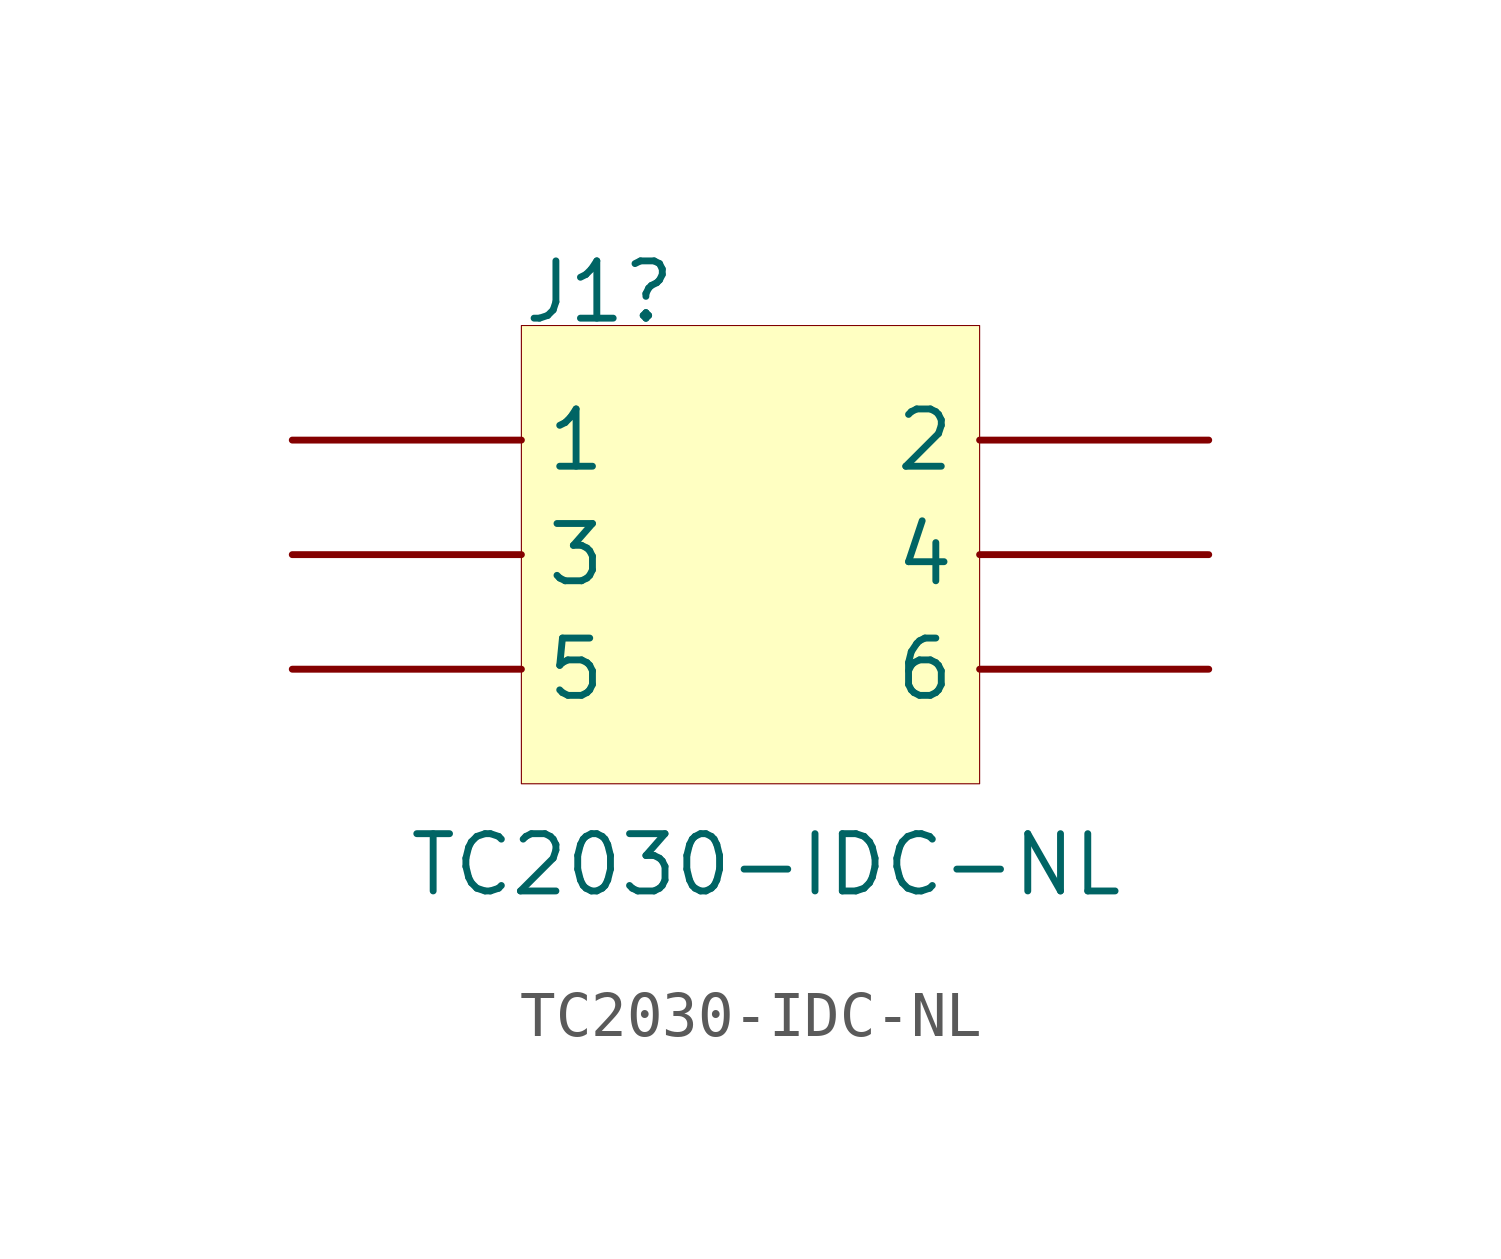
<source format=kicad_sym>
(kicad_symbol_lib
  (version 20241209)
  (generator "kicad_symbol_editor")
  (generator_version "9.0")
  (symbol "TC2030-IDC-NL"
    (pin_numbers
      (hide yes))
    (property "Reference" "J1"
      (at 0 0 0)
      (effects (font (size 1.27 1.27)) (justify left bottom)))
    (property "Value" "TC2030-IDC-NL"
      (at -2.54 -12.7 0)
      (effects (font (size 1.27 1.27)) (justify left bottom)))
    (symbol "TC2030-IDC-NL_1_0"
      (rectangle (start 10.16 0) (end 0 -10.16) (stroke (width 0.025) (type solid) (color 128 0 0 1)) (fill (type background)))
      (pin passive line (at -5.08 -2.54 0) (length 5.08) (name "1" (effects (font (size 1.27 1.27)))) (number "1" (effects (font (size 1.27 1.27)))))
      (pin passive line (at -5.08 -5.08 0) (length 5.08) (name "3" (effects (font (size 1.27 1.27)))) (number "3" (effects (font (size 1.27 1.27)))))
      (pin passive line (at -5.08 -7.62 0) (length 5.08) (name "5" (effects (font (size 1.27 1.27)))) (number "5" (effects (font (size 1.27 1.27)))))
      (pin passive line (at 15.24 -2.54 180) (length 5.08) (name "2" (effects (font (size 1.27 1.27)))) (number "2" (effects (font (size 1.27 1.27)))))
      (pin passive line (at 15.24 -5.08 180) (length 5.08) (name "4" (effects (font (size 1.27 1.27)))) (number "4" (effects (font (size 1.27 1.27)))))
      (pin passive line (at 15.24 -7.62 180) (length 5.08) (name "6" (effects (font (size 1.27 1.27)))) (number "6" (effects (font (size 1.27 1.27))))))))
</source>
